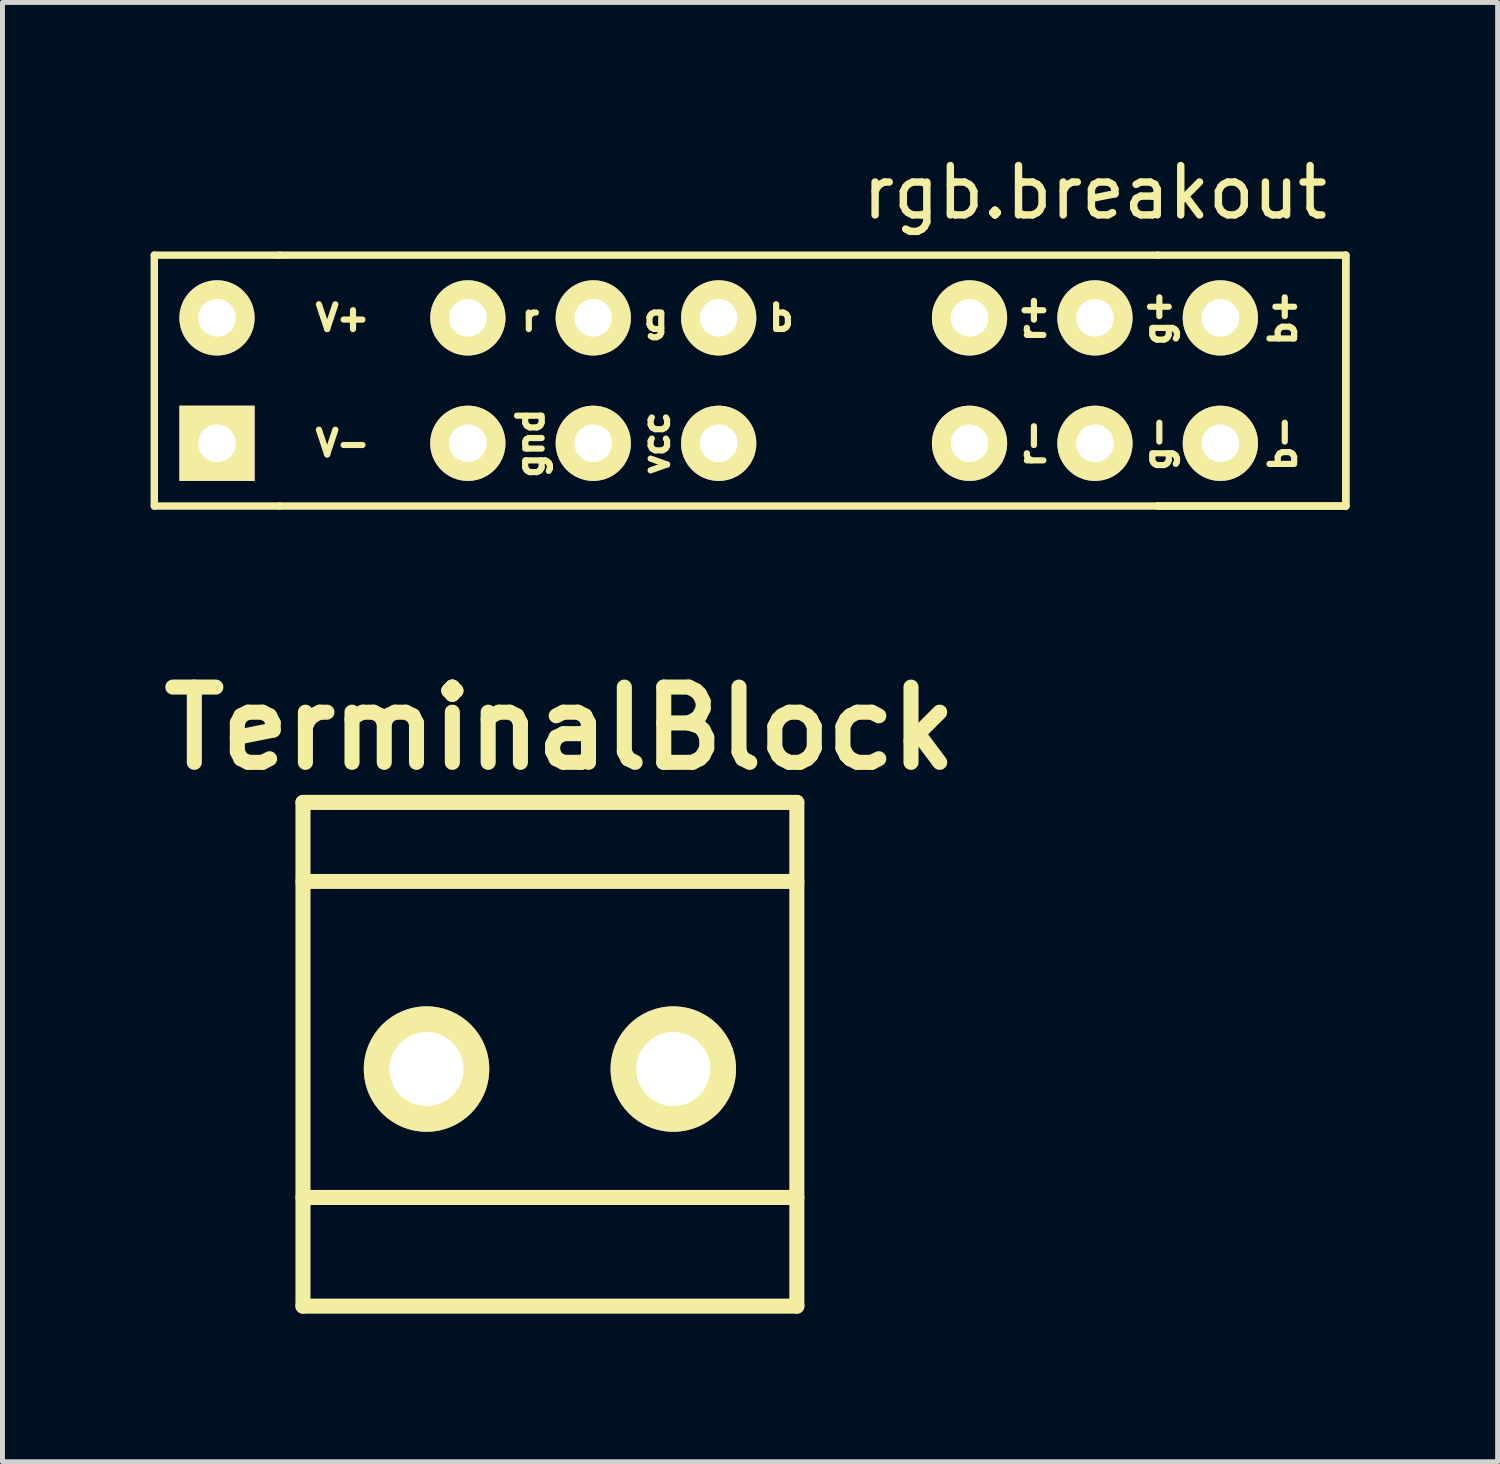
<source format=kicad_pcb>
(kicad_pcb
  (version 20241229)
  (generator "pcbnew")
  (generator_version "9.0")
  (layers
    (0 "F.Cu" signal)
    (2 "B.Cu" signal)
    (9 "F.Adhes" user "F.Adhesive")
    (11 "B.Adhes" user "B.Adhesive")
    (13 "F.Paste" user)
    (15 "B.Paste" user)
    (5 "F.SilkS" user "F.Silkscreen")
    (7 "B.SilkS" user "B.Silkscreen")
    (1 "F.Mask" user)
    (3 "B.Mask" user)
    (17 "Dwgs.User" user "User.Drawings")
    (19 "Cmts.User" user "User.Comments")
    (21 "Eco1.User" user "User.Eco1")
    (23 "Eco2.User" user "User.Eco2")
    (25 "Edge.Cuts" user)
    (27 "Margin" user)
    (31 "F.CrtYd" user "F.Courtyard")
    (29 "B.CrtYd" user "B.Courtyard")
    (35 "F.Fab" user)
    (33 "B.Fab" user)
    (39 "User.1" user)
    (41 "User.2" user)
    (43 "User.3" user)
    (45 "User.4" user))
  (footprint "TerminalBlock"
    (layer "F.Cu")
    (at 8.087 18.601)
    (property "Reference" "TerminalBlock" (at 0.201 -6.901 0) (layer "F.SilkS") (effects (font (size 1.524 1.524) (thickness 0.305))))
    (attr through_hole)
    (fp_line (start -5.001 -5.4) (end 5.001 -5.4) (stroke (width 0.305) (type solid)) (layer "F.SilkS"))
    (fp_line (start -5.001 -3.8) (end 5.001 -3.8) (stroke (width 0.305) (type solid)) (layer "F.SilkS"))
    (fp_line (start -5.001 4.801) (end -5.001 -5.4) (stroke (width 0.305) (type solid)) (layer "F.SilkS"))
    (fp_line (start 5.001 -5.4) (end 5.001 4.801) (stroke (width 0.305) (type solid)) (layer "F.SilkS"))
    (fp_line (start 5.001 2.601) (end -5.001 2.601) (stroke (width 0.305) (type solid)) (layer "F.SilkS"))
    (fp_line (start 5.001 4.801) (end -5.001 4.801) (stroke (width 0.305) (type solid)) (layer "F.SilkS"))
    (pad "1" thru_hole circle (at -2.499 0) (size 2.54 2.54) (drill 1.501) (layers "*.Cu" "*.Mask" "F.SilkS"))
    (pad "2" thru_hole circle (at 2.499 0) (size 2.54 2.54) (drill 1.501) (layers "*.Cu" "*.Mask" "F.SilkS")))
  (footprint "rgb.breakout"
    (layer "F.Cu")
    (at 3.885 5.928)
    (property "Reference" "rgb.breakout" (at 15.24 -5.08 0) (layer "F.SilkS") (effects (font (size 1 1) (thickness 0.15))))
    (attr through_hole)
    (fp_line (start -3.81 -3.81) (end -3.81 1.27) (stroke (width 0.15) (type solid)) (layer "F.SilkS"))
    (fp_line (start -3.81 -3.81) (end -1.27 -3.81) (stroke (width 0.15) (type solid)) (layer "F.SilkS"))
    (fp_line (start -1.27 1.27) (end -3.81 1.27) (stroke (width 0.15) (type solid)) (layer "F.SilkS"))
    (fp_line (start -1.27 1.27) (end 16.51 1.27) (stroke (width 0.15) (type solid)) (layer "F.SilkS"))
    (fp_line (start 16.51 -3.81) (end -1.27 -3.81) (stroke (width 0.15) (type solid)) (layer "F.SilkS"))
    (fp_line (start 16.51 -3.81) (end 20.32 -3.81) (stroke (width 0.15) (type solid)) (layer "F.SilkS"))
    (fp_line (start 16.51 1.27) (end 20.32 1.27) (stroke (width 0.15) (type solid)) (layer "F.SilkS"))
    (fp_line (start 20.32 -3.81) (end 20.32 1.27) (stroke (width 0.15) (type solid)) (layer "F.SilkS"))
    (fp_line (start 20.32 1.27) (end 16.51 1.27) (stroke (width 0.15) (type solid)) (layer "F.SilkS"))
    (fp_line (start 20.32 1.27) (end 20.32 -3.81) (stroke (width 0.15) (type solid)) (layer "F.SilkS"))
    (fp_text user "r" (at 3.81 -2.54 0) (layer "F.SilkS") (effects (font (size 0.5 0.5) (thickness 0.125))))
    (fp_text user "g+" (at 16.51 -2.54 270) (layer "F.SilkS") (effects (font (size 0.5 0.5) (thickness 0.125))))
    (fp_text user "g" (at 6.35 -2.54 0) (layer "F.SilkS") (effects (font (size 0.5 0.5) (thickness 0.125))))
    (fp_text user "V-" (at 0 0 0) (layer "F.SilkS") (effects (font (size 0.5 0.5) (thickness 0.125))))
    (fp_text user "r+" (at 13.97 -2.54 270) (layer "F.SilkS") (effects (font (size 0.5 0.5) (thickness 0.125))))
    (fp_text user "r-" (at 13.97 0 270) (layer "F.SilkS") (effects (font (size 0.5 0.5) (thickness 0.125))))
    (fp_text user "gnd" (at 3.81 0 90) (layer "F.SilkS") (effects (font (size 0.5 0.5) (thickness 0.125))))
    (fp_text user "b+" (at 19.05 -2.54 270) (layer "F.SilkS") (effects (font (size 0.5 0.5) (thickness 0.125))))
    (fp_text user "g-" (at 16.51 0 270) (layer "F.SilkS") (effects (font (size 0.5 0.5) (thickness 0.125))))
    (fp_text user "b-" (at 19.05 0 270) (layer "F.SilkS") (effects (font (size 0.5 0.5) (thickness 0.125))))
    (fp_text user "b" (at 8.89 -2.54 0) (layer "F.SilkS") (effects (font (size 0.5 0.5) (thickness 0.125))))
    (fp_text user "V+" (at 0 -2.54 0) (layer "F.SilkS") (effects (font (size 0.5 0.5) (thickness 0.125))))
    (fp_text user "vcc" (at 6.35 0 90) (layer "F.SilkS") (effects (font (size 0.5 0.5) (thickness 0.125))))
    (pad "" thru_hole circle (at 7.62 0) (size 1.524 1.524) (drill 0.762) (layers "*.Cu" "*.Mask" "F.SilkS"))
    (pad "1" thru_hole rect (at -2.54 0) (size 1.524 1.524) (drill 0.762) (layers "*.Cu" "*.Mask" "F.SilkS"))
    (pad "2" thru_hole circle (at -2.54 -2.54) (size 1.524 1.524) (drill 0.762) (layers "*.Cu" "*.Mask" "F.SilkS"))
    (pad "3" thru_hole circle (at 2.54 0) (size 1.524 1.524) (drill 0.762) (layers "*.Cu" "*.Mask" "F.SilkS"))
    (pad "4" thru_hole circle (at 5.08 0) (size 1.524 1.524) (drill 0.762) (layers "*.Cu" "*.Mask" "F.SilkS"))
    (pad "5" thru_hole circle (at 2.54 -2.54) (size 1.524 1.524) (drill 0.762) (layers "*.Cu" "*.Mask" "F.SilkS"))
    (pad "6" thru_hole circle (at 5.08 -2.54) (size 1.524 1.524) (drill 0.762) (layers "*.Cu" "*.Mask" "F.SilkS"))
    (pad "7" thru_hole circle (at 7.62 -2.54) (size 1.524 1.524) (drill 0.762) (layers "*.Cu" "*.Mask" "F.SilkS"))
    (pad "8" thru_hole circle (at 12.7 -2.54) (size 1.524 1.524) (drill 0.762) (layers "*.Cu" "*.Mask" "F.SilkS"))
    (pad "9" thru_hole circle (at 12.7 0) (size 1.524 1.524) (drill 0.762) (layers "*.Cu" "*.Mask" "F.SilkS"))
    (pad "10" thru_hole circle (at 15.24 -2.54) (size 1.524 1.524) (drill 0.762) (layers "*.Cu" "*.Mask" "F.SilkS"))
    (pad "11" thru_hole circle (at 15.24 0) (size 1.524 1.524) (drill 0.762) (layers "*.Cu" "*.Mask" "F.SilkS"))
    (pad "12" thru_hole circle (at 17.78 -2.54) (size 1.524 1.524) (drill 0.762) (layers "*.Cu" "*.Mask" "F.SilkS"))
    (pad "13" thru_hole circle (at 17.78 0) (size 1.524 1.524) (drill 0.762) (layers "*.Cu" "*.Mask" "F.SilkS")))
  (gr_rect
    (start -3 -3)
    (end 27.28 26.554)
    (stroke (width 0.1) (type default))
    (fill no)
    (layer "Edge.Cuts")))
</source>
